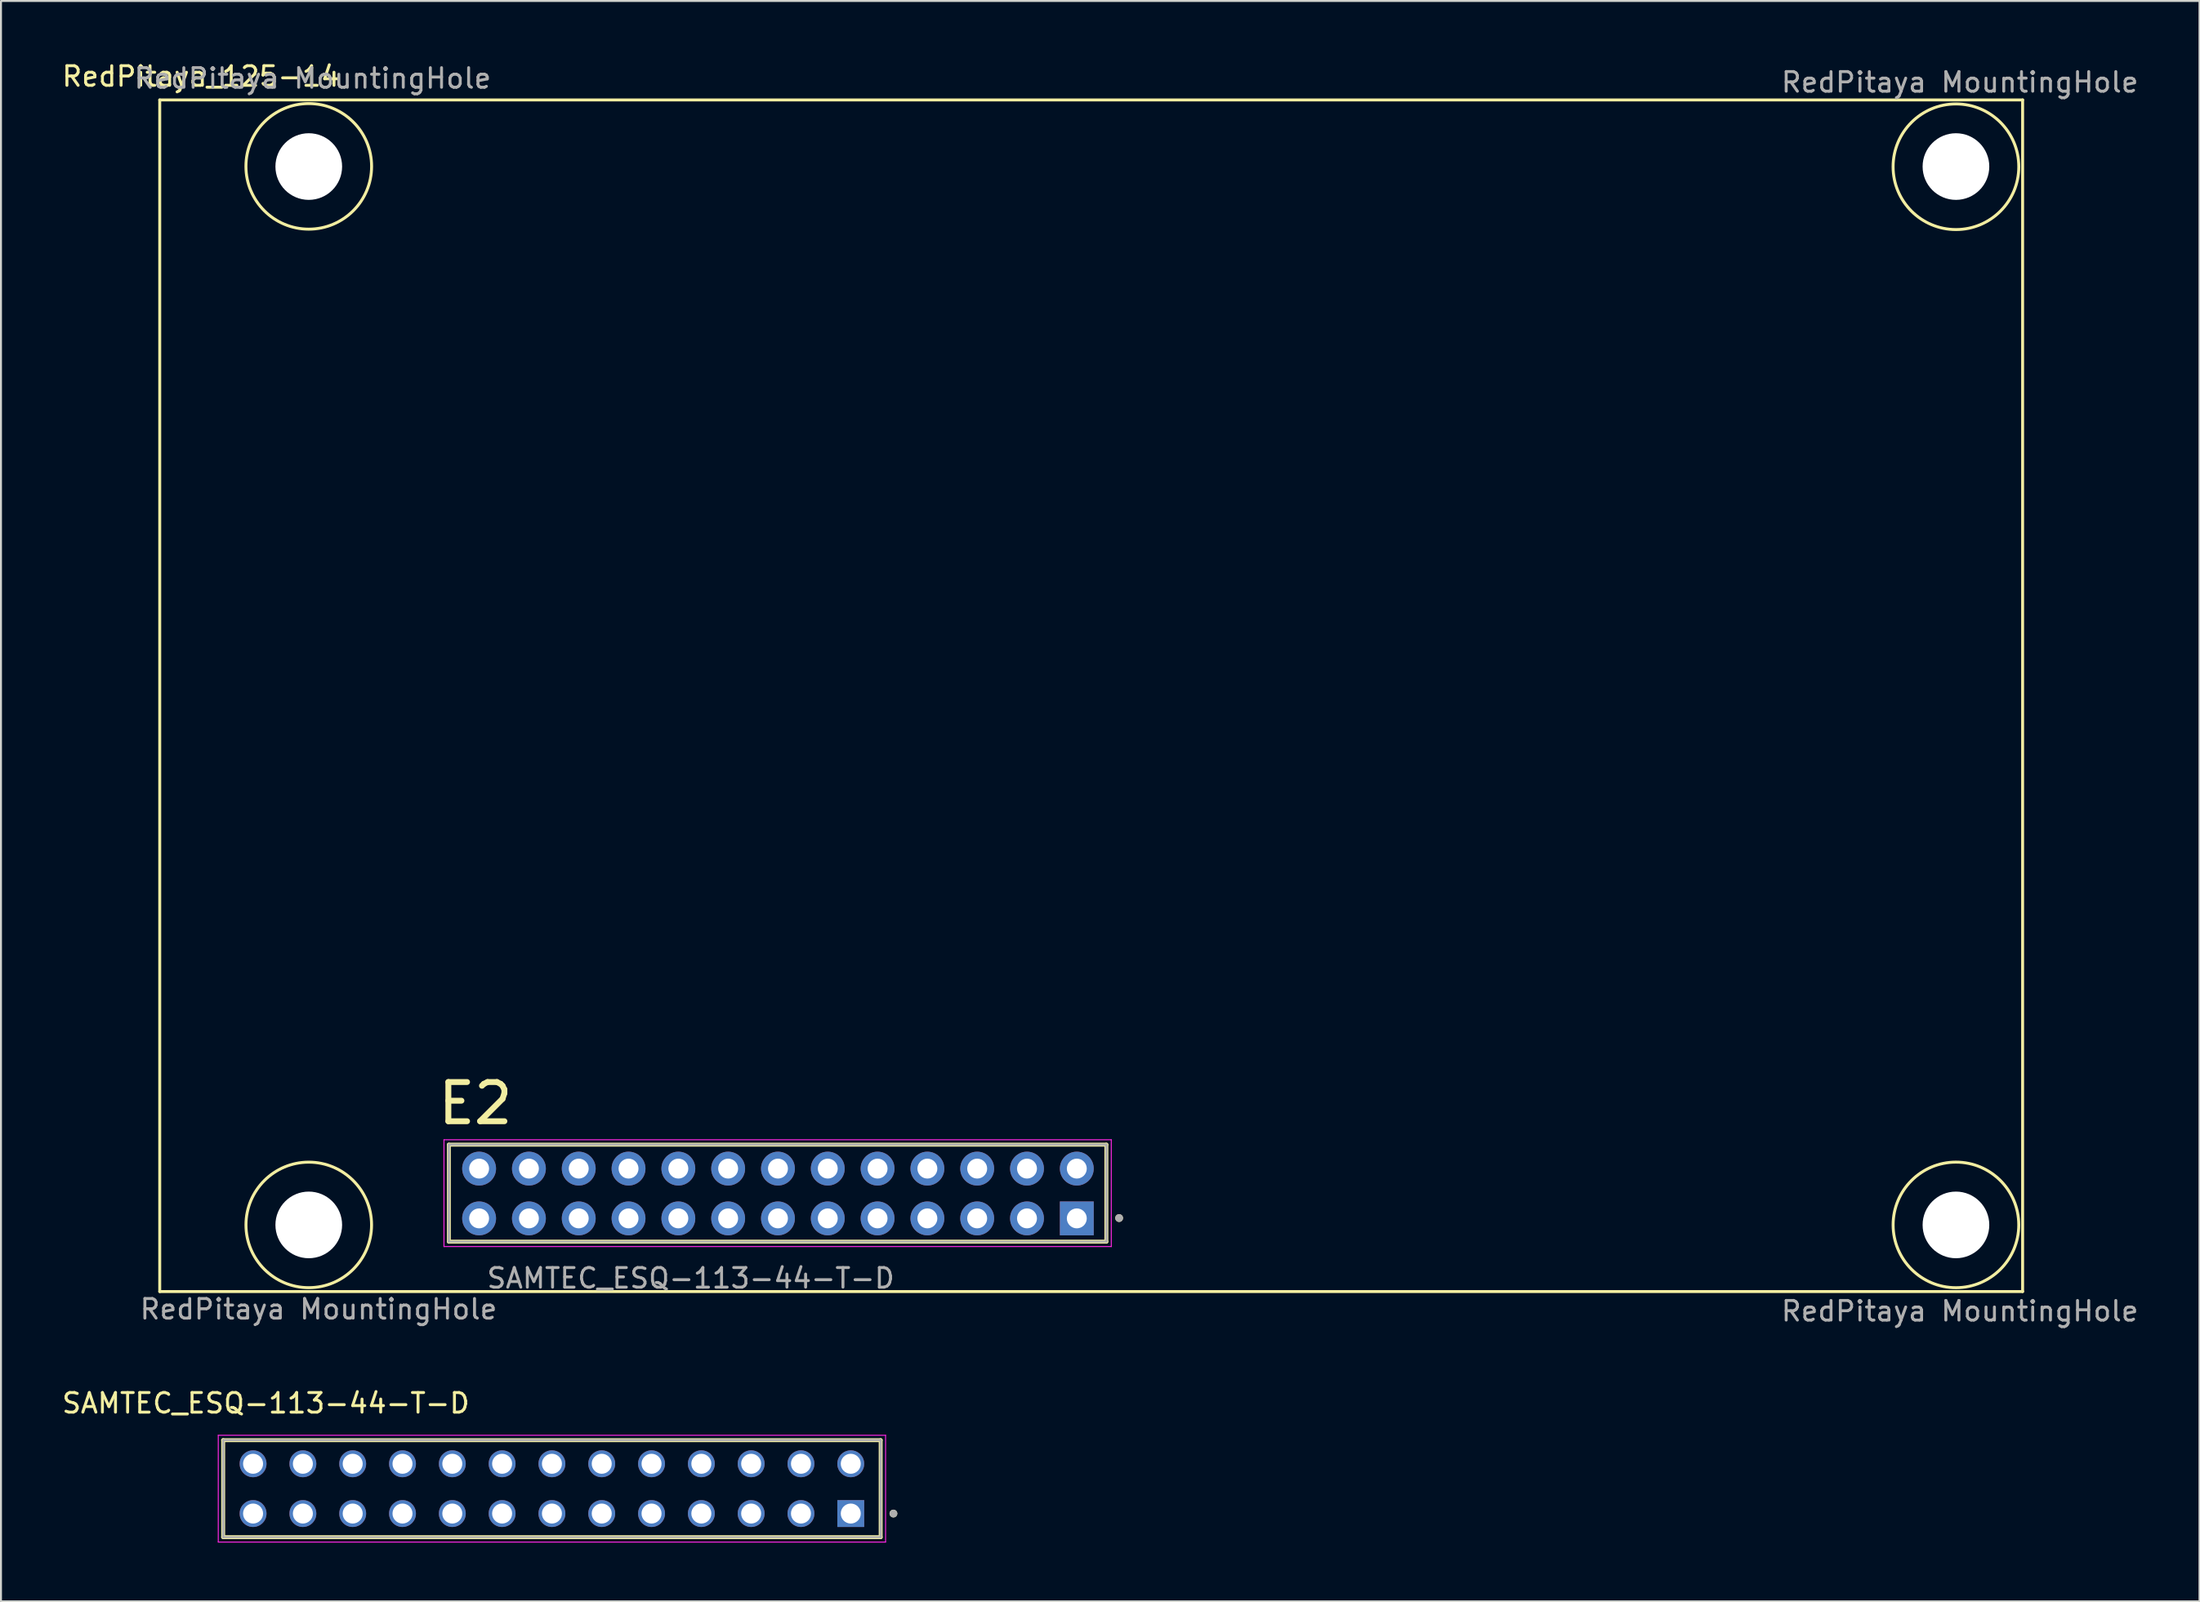
<source format=kicad_pcb>
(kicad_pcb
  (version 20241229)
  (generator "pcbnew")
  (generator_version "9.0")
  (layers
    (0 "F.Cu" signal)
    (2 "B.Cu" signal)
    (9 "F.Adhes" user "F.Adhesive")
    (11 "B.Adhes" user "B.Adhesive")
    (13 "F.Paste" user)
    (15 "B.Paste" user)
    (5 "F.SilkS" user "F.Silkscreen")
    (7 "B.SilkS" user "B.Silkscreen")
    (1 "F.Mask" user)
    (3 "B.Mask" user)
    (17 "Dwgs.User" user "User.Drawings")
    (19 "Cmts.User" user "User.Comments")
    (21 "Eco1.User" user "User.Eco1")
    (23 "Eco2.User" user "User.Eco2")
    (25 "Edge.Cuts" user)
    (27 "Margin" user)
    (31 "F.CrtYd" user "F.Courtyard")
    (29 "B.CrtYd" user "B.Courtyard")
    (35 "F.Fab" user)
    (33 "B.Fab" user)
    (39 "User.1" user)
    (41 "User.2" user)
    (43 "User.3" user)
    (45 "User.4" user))
  (footprint "RedPitaya_125-14"
    (layer "F.Cu")
    (at 36.496 31.048)
    (property "Reference" "RedPitaya_125-14" (at -29.3 -30.2 0) (layer "F.SilkS") (effects (font (size 1 1) (thickness 0.15))))
    (attr through_hole)
    (fp_line (start -31.4 -29) (end 63.6 -29) (stroke (width 0.15) (type solid)) (layer "F.SilkS"))
    (fp_line (start -31.4 31.8) (end -31.4 -29) (stroke (width 0.15) (type solid)) (layer "F.SilkS"))
    (fp_line (start -16.655 29.255) (end -16.655 24.305) (stroke (width 0.2) (type solid)) (layer "F.SilkS"))
    (fp_line (start 16.875 24.305) (end -16.655 24.305) (stroke (width 0.2) (type solid)) (layer "F.SilkS"))
    (fp_line (start 16.875 24.305) (end 16.875 29.255) (stroke (width 0.2) (type solid)) (layer "F.SilkS"))
    (fp_line (start 16.875 29.255) (end -16.655 29.255) (stroke (width 0.2) (type solid)) (layer "F.SilkS"))
    (fp_line (start 63.6 -29) (end 63.6 31.8) (stroke (width 0.15) (type solid)) (layer "F.SilkS"))
    (fp_line (start 63.6 31.8) (end -31.4 31.8) (stroke (width 0.15) (type solid)) (layer "F.SilkS"))
    (fp_circle (center -23.8 -25.61) (end -21.22 -23.71) (stroke (width 0.15) (type solid)) (fill no) (layer "F.SilkS"))
    (fp_circle (center -23.8 28.4) (end -21.34 30.45) (stroke (width 0.15) (type solid)) (fill no) (layer "F.SilkS"))
    (fp_circle (center 17.525 28.05) (end 17.625 28.05) (stroke (width 0.2) (type solid)) (fill no) (layer "F.SilkS"))
    (fp_circle (center 60.2 -25.59) (end 62.54 -23.4) (stroke (width 0.15) (type solid)) (fill no) (layer "F.SilkS"))
    (fp_circle (center 60.2 28.4) (end 61.54 31.31) (stroke (width 0.15) (type solid)) (fill no) (layer "F.SilkS"))
    (fp_line (start -16.905 24.055) (end 17.125 24.055) (stroke (width 0.05) (type solid)) (layer "F.CrtYd"))
    (fp_line (start -16.905 29.505) (end -16.905 24.055) (stroke (width 0.05) (type solid)) (layer "F.CrtYd"))
    (fp_line (start 17.125 24.055) (end 17.125 29.505) (stroke (width 0.05) (type solid)) (layer "F.CrtYd"))
    (fp_line (start 17.125 29.505) (end -16.905 29.505) (stroke (width 0.05) (type solid)) (layer "F.CrtYd"))
    (fp_line (start -16.655 24.305) (end 16.875 24.305) (stroke (width 0.1) (type solid)) (layer "F.Fab"))
    (fp_line (start -16.655 24.305) (end 16.875 24.305) (stroke (width 0.1) (type solid)) (layer "F.Fab"))
    (fp_line (start -16.655 29.255) (end -16.655 24.305) (stroke (width 0.1) (type solid)) (layer "F.Fab"))
    (fp_line (start -16.655 29.255) (end -16.655 24.305) (stroke (width 0.1) (type solid)) (layer "F.Fab"))
    (fp_line (start 16.875 24.305) (end 16.875 29.255) (stroke (width 0.1) (type solid)) (layer "F.Fab"))
    (fp_line (start 16.875 24.305) (end 16.875 29.255) (stroke (width 0.1) (type solid)) (layer "F.Fab"))
    (fp_line (start 16.875 29.255) (end -16.655 29.255) (stroke (width 0.1) (type solid)) (layer "F.Fab"))
    (fp_circle (center 17.525 28.05) (end 17.625 28.05) (stroke (width 0.2) (type solid)) (fill no) (layer "F.Fab"))
    (fp_text user "E2" (at -15.3 22.2 0) (layer "F.SilkS") (effects (font (size 2 2) (thickness 0.3))))
    (fp_text user "RedPitaya MountingHole" (at 60.4 32.8 0) (layer "F.Fab") (effects (font (size 1 1) (thickness 0.15))))
    (fp_text user "RedPitaya MountingHole" (at 60.4 -29.9 0) (layer "F.Fab") (effects (font (size 1 1) (thickness 0.15))))
    (fp_text user "RedPitaya MountingHole" (at -23.3 32.7 0) (layer "F.Fab") (effects (font (size 1 1) (thickness 0.15))))
    (fp_text user "RedPitaya MountingHole" (at -23.6 -30.1 0) (layer "F.Fab") (effects (font (size 1 1) (thickness 0.15))))
    (fp_text user "SAMTEC_ESQ-113-44-T-D" (at -4.32 31.12 0) (layer "F.Fab") (effects (font (size 1 1) (thickness 0.15))))
    (pad "" np_thru_hole circle (at -23.8 -25.6) (size 3.4 3.4) (drill 3.4) (layers "*.Cu" "*.Mask"))
    (pad "" np_thru_hole circle (at -23.8 28.4) (size 3.4 3.4) (drill 3.4) (layers "*.Cu" "*.Mask"))
    (pad "" np_thru_hole circle (at 60.2 -25.6) (size 3.4 3.4) (drill 3.4) (layers "*.Cu" "*.Mask"))
    (pad "" np_thru_hole circle (at 60.2 28.4) (size 3.4 3.4) (drill 3.4) (layers "*.Cu" "*.Mask"))
    (pad "1" thru_hole rect (at 15.367 28.067 270) (size 1.727 1.727) (drill 1.016) (layers "*.Cu" "*.Mask"))
    (pad "2" thru_hole oval (at 15.367 25.527 270) (size 1.727 1.727) (drill 1.016) (layers "*.Cu" "*.Mask"))
    (pad "3" thru_hole oval (at 12.827 28.067 270) (size 1.727 1.727) (drill 1.016) (layers "*.Cu" "*.Mask"))
    (pad "4" thru_hole oval (at 12.827 25.527 270) (size 1.727 1.727) (drill 1.016) (layers "*.Cu" "*.Mask"))
    (pad "5" thru_hole oval (at 10.287 28.067 270) (size 1.727 1.727) (drill 1.016) (layers "*.Cu" "*.Mask"))
    (pad "6" thru_hole oval (at 10.287 25.527 270) (size 1.727 1.727) (drill 1.016) (layers "*.Cu" "*.Mask"))
    (pad "7" thru_hole oval (at 7.747 28.067 270) (size 1.727 1.727) (drill 1.016) (layers "*.Cu" "*.Mask"))
    (pad "8" thru_hole oval (at 7.747 25.527 270) (size 1.727 1.727) (drill 1.016) (layers "*.Cu" "*.Mask"))
    (pad "9" thru_hole oval (at 5.207 28.067 270) (size 1.727 1.727) (drill 1.016) (layers "*.Cu" "*.Mask"))
    (pad "10" thru_hole oval (at 5.207 25.527 270) (size 1.727 1.727) (drill 1.016) (layers "*.Cu" "*.Mask"))
    (pad "11" thru_hole oval (at 2.667 28.067 270) (size 1.727 1.727) (drill 1.016) (layers "*.Cu" "*.Mask"))
    (pad "12" thru_hole oval (at 2.667 25.527 270) (size 1.727 1.727) (drill 1.016) (layers "*.Cu" "*.Mask"))
    (pad "13" thru_hole oval (at 0.127 28.067 270) (size 1.727 1.727) (drill 1.016) (layers "*.Cu" "*.Mask"))
    (pad "14" thru_hole oval (at 0.127 25.527 270) (size 1.727 1.727) (drill 1.016) (layers "*.Cu" "*.Mask"))
    (pad "15" thru_hole oval (at -2.413 28.067 270) (size 1.727 1.727) (drill 1.016) (layers "*.Cu" "*.Mask"))
    (pad "16" thru_hole oval (at -2.413 25.527 270) (size 1.727 1.727) (drill 1.016) (layers "*.Cu" "*.Mask"))
    (pad "17" thru_hole oval (at -4.953 28.067 270) (size 1.727 1.727) (drill 1.016) (layers "*.Cu" "*.Mask"))
    (pad "18" thru_hole oval (at -4.953 25.527 270) (size 1.727 1.727) (drill 1.016) (layers "*.Cu" "*.Mask"))
    (pad "19" thru_hole oval (at -7.493 28.067 270) (size 1.727 1.727) (drill 1.016) (layers "*.Cu" "*.Mask"))
    (pad "20" thru_hole oval (at -7.493 25.527 270) (size 1.727 1.727) (drill 1.016) (layers "*.Cu" "*.Mask"))
    (pad "21" thru_hole oval (at -10.033 28.067 270) (size 1.727 1.727) (drill 1.016) (layers "*.Cu" "*.Mask"))
    (pad "22" thru_hole oval (at -10.033 25.527 270) (size 1.727 1.727) (drill 1.016) (layers "*.Cu" "*.Mask"))
    (pad "23" thru_hole oval (at -12.573 28.067 270) (size 1.727 1.727) (drill 1.016) (layers "*.Cu" "*.Mask"))
    (pad "24" thru_hole oval (at -12.573 25.527 270) (size 1.727 1.727) (drill 1.016) (layers "*.Cu" "*.Mask"))
    (pad "25" thru_hole oval (at -15.113 28.067 270) (size 1.727 1.727) (drill 1.016) (layers "*.Cu" "*.Mask"))
    (pad "26" thru_hole oval (at -15.113 25.527 270) (size 1.727 1.727) (drill 1.016) (layers "*.Cu" "*.Mask")))
  (footprint "SAMTEC_ESQ-113-44-T-D"
    (layer "F.Cu")
    (at 40.336 74.175)
    (property "Reference" "SAMTEC_ESQ-113-44-T-D" (at -29.83 -5.63 0) (layer "F.SilkS") (effects (font (size 1 1) (thickness 0.15))))
    (attr through_hole)
    (fp_line (start -32.005 1.205) (end -32.005 -3.745) (stroke (width 0.2) (type solid)) (layer "F.SilkS"))
    (fp_line (start 1.525 -3.745) (end -32.005 -3.745) (stroke (width 0.2) (type solid)) (layer "F.SilkS"))
    (fp_line (start 1.525 -3.745) (end 1.525 1.205) (stroke (width 0.2) (type solid)) (layer "F.SilkS"))
    (fp_line (start 1.525 1.205) (end -32.005 1.205) (stroke (width 0.2) (type solid)) (layer "F.SilkS"))
    (fp_circle (center 2.175 0) (end 2.275 0) (stroke (width 0.2) (type solid)) (fill no) (layer "F.SilkS"))
    (fp_line (start -32.255 -3.995) (end 1.775 -3.995) (stroke (width 0.05) (type solid)) (layer "F.CrtYd"))
    (fp_line (start -32.255 1.455) (end -32.255 -3.995) (stroke (width 0.05) (type solid)) (layer "F.CrtYd"))
    (fp_line (start 1.775 -3.995) (end 1.775 1.455) (stroke (width 0.05) (type solid)) (layer "F.CrtYd"))
    (fp_line (start 1.775 1.455) (end -32.255 1.455) (stroke (width 0.05) (type solid)) (layer "F.CrtYd"))
    (fp_line (start -32.005 -3.745) (end 1.525 -3.745) (stroke (width 0.1) (type solid)) (layer "F.Fab"))
    (fp_line (start -32.005 -3.745) (end 1.525 -3.745) (stroke (width 0.1) (type solid)) (layer "F.Fab"))
    (fp_line (start -32.005 1.205) (end -32.005 -3.745) (stroke (width 0.1) (type solid)) (layer "F.Fab"))
    (fp_line (start -32.005 1.205) (end -32.005 -3.745) (stroke (width 0.1) (type solid)) (layer "F.Fab"))
    (fp_line (start 1.525 -3.745) (end 1.525 1.205) (stroke (width 0.1) (type solid)) (layer "F.Fab"))
    (fp_line (start 1.525 -3.745) (end 1.525 1.205) (stroke (width 0.1) (type solid)) (layer "F.Fab"))
    (fp_line (start 1.525 1.205) (end -32.005 1.205) (stroke (width 0.1) (type solid)) (layer "F.Fab"))
    (fp_circle (center 2.175 0) (end 2.275 0) (stroke (width 0.2) (type solid)) (fill no) (layer "F.Fab"))
    (pad "01" thru_hole rect (at 0 0) (size 1.37 1.37) (drill 1.02) (layers "*.Cu" "*.Mask"))
    (pad "02" thru_hole circle (at 0 -2.54) (size 1.37 1.37) (drill 1.02) (layers "*.Cu" "*.Mask"))
    (pad "03" thru_hole circle (at -2.54 0) (size 1.37 1.37) (drill 1.02) (layers "*.Cu" "*.Mask"))
    (pad "04" thru_hole circle (at -2.54 -2.54) (size 1.37 1.37) (drill 1.02) (layers "*.Cu" "*.Mask"))
    (pad "05" thru_hole circle (at -5.08 0) (size 1.37 1.37) (drill 1.02) (layers "*.Cu" "*.Mask"))
    (pad "06" thru_hole circle (at -5.08 -2.54) (size 1.37 1.37) (drill 1.02) (layers "*.Cu" "*.Mask"))
    (pad "07" thru_hole circle (at -7.62 0) (size 1.37 1.37) (drill 1.02) (layers "*.Cu" "*.Mask"))
    (pad "08" thru_hole circle (at -7.62 -2.54) (size 1.37 1.37) (drill 1.02) (layers "*.Cu" "*.Mask"))
    (pad "09" thru_hole circle (at -10.16 0) (size 1.37 1.37) (drill 1.02) (layers "*.Cu" "*.Mask"))
    (pad "10" thru_hole circle (at -10.16 -2.54) (size 1.37 1.37) (drill 1.02) (layers "*.Cu" "*.Mask"))
    (pad "11" thru_hole circle (at -12.7 0) (size 1.37 1.37) (drill 1.02) (layers "*.Cu" "*.Mask"))
    (pad "12" thru_hole circle (at -12.7 -2.54) (size 1.37 1.37) (drill 1.02) (layers "*.Cu" "*.Mask"))
    (pad "13" thru_hole circle (at -15.24 0) (size 1.37 1.37) (drill 1.02) (layers "*.Cu" "*.Mask"))
    (pad "14" thru_hole circle (at -15.24 -2.54) (size 1.37 1.37) (drill 1.02) (layers "*.Cu" "*.Mask"))
    (pad "15" thru_hole circle (at -17.78 0) (size 1.37 1.37) (drill 1.02) (layers "*.Cu" "*.Mask"))
    (pad "16" thru_hole circle (at -17.78 -2.54) (size 1.37 1.37) (drill 1.02) (layers "*.Cu" "*.Mask"))
    (pad "17" thru_hole circle (at -20.32 0) (size 1.37 1.37) (drill 1.02) (layers "*.Cu" "*.Mask"))
    (pad "18" thru_hole circle (at -20.32 -2.54) (size 1.37 1.37) (drill 1.02) (layers "*.Cu" "*.Mask"))
    (pad "19" thru_hole circle (at -22.86 0) (size 1.37 1.37) (drill 1.02) (layers "*.Cu" "*.Mask"))
    (pad "20" thru_hole circle (at -22.86 -2.54) (size 1.37 1.37) (drill 1.02) (layers "*.Cu" "*.Mask"))
    (pad "21" thru_hole circle (at -25.4 0) (size 1.37 1.37) (drill 1.02) (layers "*.Cu" "*.Mask"))
    (pad "22" thru_hole circle (at -25.4 -2.54) (size 1.37 1.37) (drill 1.02) (layers "*.Cu" "*.Mask"))
    (pad "23" thru_hole circle (at -27.94 0) (size 1.37 1.37) (drill 1.02) (layers "*.Cu" "*.Mask"))
    (pad "24" thru_hole circle (at -27.94 -2.54) (size 1.37 1.37) (drill 1.02) (layers "*.Cu" "*.Mask"))
    (pad "25" thru_hole circle (at -30.48 0) (size 1.37 1.37) (drill 1.02) (layers "*.Cu" "*.Mask"))
    (pad "26" thru_hole circle (at -30.48 -2.54) (size 1.37 1.37) (drill 1.02) (layers "*.Cu" "*.Mask")))
  (gr_rect
    (start -3 -3)
    (end 109.117 78.655)
    (stroke (width 0.1) (type default))
    (fill no)
    (layer "Edge.Cuts")))
</source>
